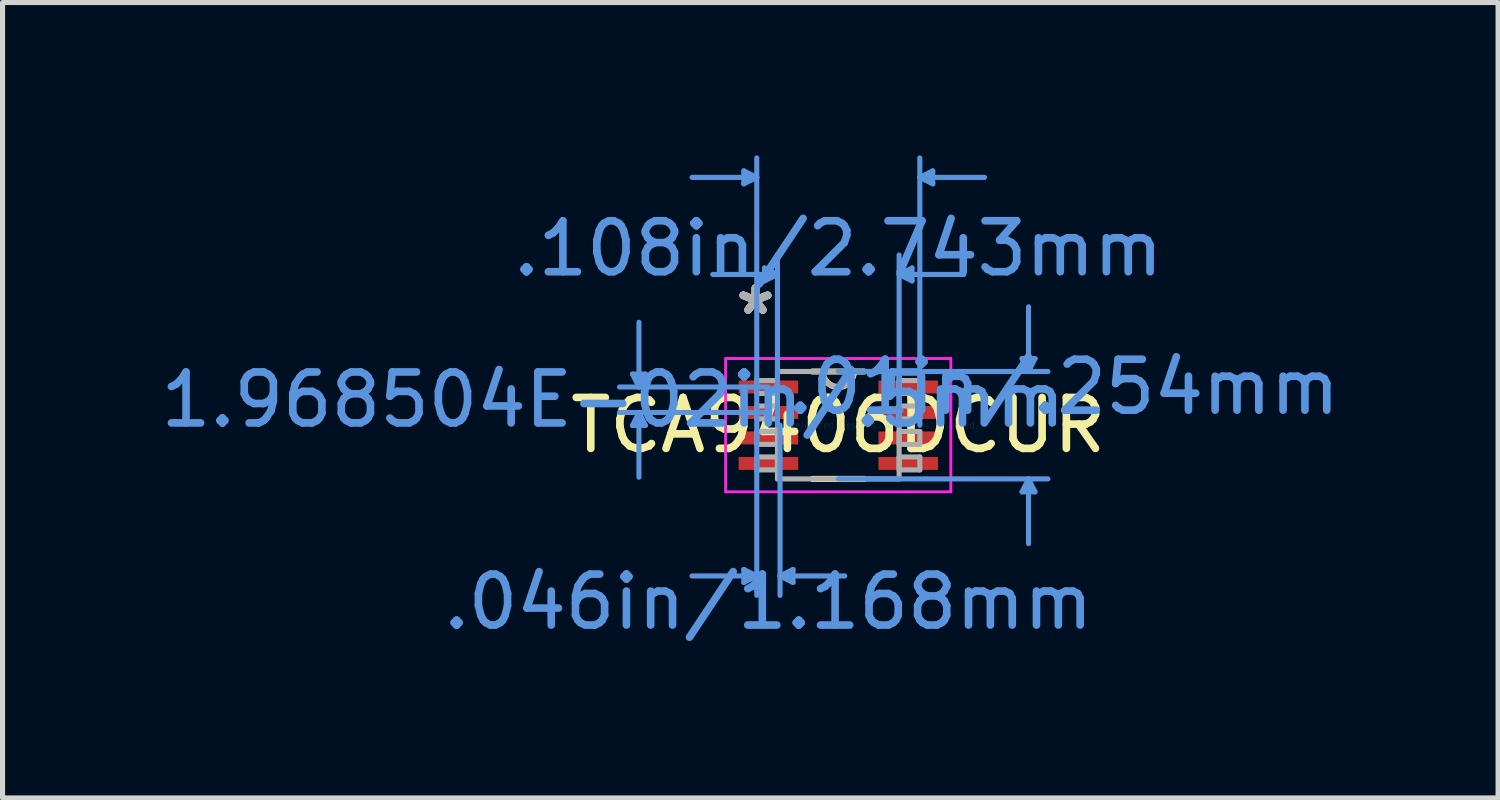
<source format=kicad_pcb>
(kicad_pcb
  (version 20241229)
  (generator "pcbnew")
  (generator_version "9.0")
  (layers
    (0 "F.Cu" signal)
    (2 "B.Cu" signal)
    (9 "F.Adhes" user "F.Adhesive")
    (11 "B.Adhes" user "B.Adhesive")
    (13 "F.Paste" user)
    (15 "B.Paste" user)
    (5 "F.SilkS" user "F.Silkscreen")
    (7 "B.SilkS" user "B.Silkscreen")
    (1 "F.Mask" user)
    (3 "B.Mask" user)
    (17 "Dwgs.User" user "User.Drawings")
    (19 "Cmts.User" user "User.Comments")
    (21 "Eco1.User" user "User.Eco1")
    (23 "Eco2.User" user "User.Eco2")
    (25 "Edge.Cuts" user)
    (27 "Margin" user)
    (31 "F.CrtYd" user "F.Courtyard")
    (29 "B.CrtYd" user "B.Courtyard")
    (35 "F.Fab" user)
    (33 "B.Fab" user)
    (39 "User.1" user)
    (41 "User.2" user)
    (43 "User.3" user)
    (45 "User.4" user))
  (footprint "TCA9406DCUR"
    (layer "F.Cu")
    (at 13.402 5.295)
    (property "Reference" "TCA9406DCUR" (at 0 0 0) (layer "F.SilkS") (effects (font (size 1 1) (thickness 0.15))))
    (attr through_hole)
    (fp_line (start -0.506 1.054) (end 0.506 1.054) (stroke (width 0.12) (type solid)) (layer "F.SilkS"))
    (fp_line (start 0.506 -1.054) (end -0.506 -1.054) (stroke (width 0.12) (type solid)) (layer "F.SilkS"))
    (fp_arc (start 0.3048 -1.0541) (mid 0 -0.7493) (end -0.3048 -1.0541) (stroke (width 0.12) (type solid)) (layer "F.SilkS"))
    (fp_line (start -4.039 -1.004) (end -3.785 -1.004) (stroke (width 0.1) (type solid)) (layer "Cmts.User"))
    (fp_line (start -4.039 0.004) (end -3.785 0.004) (stroke (width 0.1) (type solid)) (layer "Cmts.User"))
    (fp_line (start -3.912 -0.75) (end -4.039 -1.004) (stroke (width 0.1) (type solid)) (layer "Cmts.User"))
    (fp_line (start -3.912 -0.75) (end -3.912 -2.02) (stroke (width 0.1) (type solid)) (layer "Cmts.User"))
    (fp_line (start -3.912 -0.75) (end -3.785 -1.004) (stroke (width 0.1) (type solid)) (layer "Cmts.User"))
    (fp_line (start -3.912 -0.25) (end -4.039 0.004) (stroke (width 0.1) (type solid)) (layer "Cmts.User"))
    (fp_line (start -3.912 -0.25) (end -3.912 1.02) (stroke (width 0.1) (type solid)) (layer "Cmts.User"))
    (fp_line (start -3.912 -0.25) (end -3.785 0.004) (stroke (width 0.1) (type solid)) (layer "Cmts.User"))
    (fp_line (start -1.854 -4.991) (end -1.854 -4.737) (stroke (width 0.1) (type solid)) (layer "Cmts.User"))
    (fp_line (start -1.854 2.832) (end -1.854 3.086) (stroke (width 0.1) (type solid)) (layer "Cmts.User"))
    (fp_line (start -1.6 -4.864) (end -2.87 -4.864) (stroke (width 0.1) (type solid)) (layer "Cmts.User"))
    (fp_line (start -1.6 -4.864) (end -1.854 -4.991) (stroke (width 0.1) (type solid)) (layer "Cmts.User"))
    (fp_line (start -1.6 -4.864) (end -1.854 -4.737) (stroke (width 0.1) (type solid)) (layer "Cmts.User"))
    (fp_line (start -1.6 0) (end -1.6 -5.245) (stroke (width 0.1) (type solid)) (layer "Cmts.User"))
    (fp_line (start -1.6 0) (end -1.6 3.34) (stroke (width 0.1) (type solid)) (layer "Cmts.User"))
    (fp_line (start -1.6 2.959) (end -2.87 2.959) (stroke (width 0.1) (type solid)) (layer "Cmts.User"))
    (fp_line (start -1.6 2.959) (end -1.854 2.832) (stroke (width 0.1) (type solid)) (layer "Cmts.User"))
    (fp_line (start -1.6 2.959) (end -1.854 3.086) (stroke (width 0.1) (type solid)) (layer "Cmts.User"))
    (fp_line (start -1.448 -3.086) (end -1.448 -2.832) (stroke (width 0.1) (type solid)) (layer "Cmts.User"))
    (fp_line (start -1.372 -0.75) (end -4.293 -0.75) (stroke (width 0.1) (type solid)) (layer "Cmts.User"))
    (fp_line (start -1.372 -0.25) (end -4.293 -0.25) (stroke (width 0.1) (type solid)) (layer "Cmts.User"))
    (fp_line (start -1.194 -2.959) (end -2.464 -2.959) (stroke (width 0.1) (type solid)) (layer "Cmts.User"))
    (fp_line (start -1.194 -2.959) (end -1.448 -3.086) (stroke (width 0.1) (type solid)) (layer "Cmts.User"))
    (fp_line (start -1.194 -2.959) (end -1.448 -2.832) (stroke (width 0.1) (type solid)) (layer "Cmts.User"))
    (fp_line (start -1.194 0) (end -1.194 -3.34) (stroke (width 0.1) (type solid)) (layer "Cmts.User"))
    (fp_line (start -1.143 0) (end -1.143 3.34) (stroke (width 0.1) (type solid)) (layer "Cmts.User"))
    (fp_line (start -1.143 2.959) (end -0.889 2.832) (stroke (width 0.1) (type solid)) (layer "Cmts.User"))
    (fp_line (start -1.143 2.959) (end -0.889 3.086) (stroke (width 0.1) (type solid)) (layer "Cmts.User"))
    (fp_line (start -1.143 2.959) (end 0.127 2.959) (stroke (width 0.1) (type solid)) (layer "Cmts.User"))
    (fp_line (start -0.889 2.832) (end -0.889 3.086) (stroke (width 0.1) (type solid)) (layer "Cmts.User"))
    (fp_line (start 0 -1.054) (end 4.115 -1.054) (stroke (width 0.1) (type solid)) (layer "Cmts.User"))
    (fp_line (start 0 1.054) (end 4.115 1.054) (stroke (width 0.1) (type solid)) (layer "Cmts.User"))
    (fp_line (start 1.194 -2.959) (end 1.448 -3.086) (stroke (width 0.1) (type solid)) (layer "Cmts.User"))
    (fp_line (start 1.194 -2.959) (end 1.448 -2.832) (stroke (width 0.1) (type solid)) (layer "Cmts.User"))
    (fp_line (start 1.194 -2.959) (end 2.464 -2.959) (stroke (width 0.1) (type solid)) (layer "Cmts.User"))
    (fp_line (start 1.194 0) (end 1.194 -3.34) (stroke (width 0.1) (type solid)) (layer "Cmts.User"))
    (fp_line (start 1.448 -3.086) (end 1.448 -2.832) (stroke (width 0.1) (type solid)) (layer "Cmts.User"))
    (fp_line (start 1.6 -4.864) (end 1.854 -4.991) (stroke (width 0.1) (type solid)) (layer "Cmts.User"))
    (fp_line (start 1.6 -4.864) (end 1.854 -4.737) (stroke (width 0.1) (type solid)) (layer "Cmts.User"))
    (fp_line (start 1.6 -4.864) (end 2.87 -4.864) (stroke (width 0.1) (type solid)) (layer "Cmts.User"))
    (fp_line (start 1.6 0) (end 1.6 -5.245) (stroke (width 0.1) (type solid)) (layer "Cmts.User"))
    (fp_line (start 1.854 -4.991) (end 1.854 -4.737) (stroke (width 0.1) (type solid)) (layer "Cmts.User"))
    (fp_line (start 3.607 -1.308) (end 3.861 -1.308) (stroke (width 0.1) (type solid)) (layer "Cmts.User"))
    (fp_line (start 3.607 1.308) (end 3.861 1.308) (stroke (width 0.1) (type solid)) (layer "Cmts.User"))
    (fp_line (start 3.734 -1.054) (end 3.607 -1.308) (stroke (width 0.1) (type solid)) (layer "Cmts.User"))
    (fp_line (start 3.734 -1.054) (end 3.734 -2.324) (stroke (width 0.1) (type solid)) (layer "Cmts.User"))
    (fp_line (start 3.734 -1.054) (end 3.861 -1.308) (stroke (width 0.1) (type solid)) (layer "Cmts.User"))
    (fp_line (start 3.734 1.054) (end 3.607 1.308) (stroke (width 0.1) (type solid)) (layer "Cmts.User"))
    (fp_line (start 3.734 1.054) (end 3.734 2.324) (stroke (width 0.1) (type solid)) (layer "Cmts.User"))
    (fp_line (start 3.734 1.054) (end 3.861 1.308) (stroke (width 0.1) (type solid)) (layer "Cmts.User"))
    (fp_line (start -2.21 -1.308) (end 2.21 -1.308) (stroke (width 0.05) (type solid)) (layer "F.CrtYd"))
    (fp_line (start -2.21 -1.308) (end 2.21 -1.308) (stroke (width 0.05) (type solid)) (layer "F.CrtYd"))
    (fp_line (start -2.21 1.308) (end -2.21 -1.308) (stroke (width 0.05) (type solid)) (layer "F.CrtYd"))
    (fp_line (start -2.21 1.308) (end -2.21 -1.308) (stroke (width 0.05) (type solid)) (layer "F.CrtYd"))
    (fp_line (start 2.21 -1.308) (end 2.21 1.308) (stroke (width 0.05) (type solid)) (layer "F.CrtYd"))
    (fp_line (start 2.21 -1.308) (end 2.21 1.308) (stroke (width 0.05) (type solid)) (layer "F.CrtYd"))
    (fp_line (start 2.21 1.308) (end -2.21 1.308) (stroke (width 0.05) (type solid)) (layer "F.CrtYd"))
    (fp_line (start 2.21 1.308) (end -2.21 1.308) (stroke (width 0.05) (type solid)) (layer "F.CrtYd"))
    (fp_line (start -1.6 -0.877) (end -1.6 -0.623) (stroke (width 0.1) (type solid)) (layer "F.Fab"))
    (fp_line (start -1.6 -0.623) (end -1.194 -0.623) (stroke (width 0.1) (type solid)) (layer "F.Fab"))
    (fp_line (start -1.6 -0.377) (end -1.6 -0.123) (stroke (width 0.1) (type solid)) (layer "F.Fab"))
    (fp_line (start -1.6 -0.123) (end -1.194 -0.123) (stroke (width 0.1) (type solid)) (layer "F.Fab"))
    (fp_line (start -1.6 0.123) (end -1.6 0.377) (stroke (width 0.1) (type solid)) (layer "F.Fab"))
    (fp_line (start -1.6 0.377) (end -1.194 0.377) (stroke (width 0.1) (type solid)) (layer "F.Fab"))
    (fp_line (start -1.6 0.623) (end -1.6 0.877) (stroke (width 0.1) (type solid)) (layer "F.Fab"))
    (fp_line (start -1.6 0.877) (end -1.194 0.877) (stroke (width 0.1) (type solid)) (layer "F.Fab"))
    (fp_line (start -1.194 -1.054) (end -1.194 1.054) (stroke (width 0.1) (type solid)) (layer "F.Fab"))
    (fp_line (start -1.194 -0.877) (end -1.6 -0.877) (stroke (width 0.1) (type solid)) (layer "F.Fab"))
    (fp_line (start -1.194 -0.623) (end -1.194 -0.877) (stroke (width 0.1) (type solid)) (layer "F.Fab"))
    (fp_line (start -1.194 -0.377) (end -1.6 -0.377) (stroke (width 0.1) (type solid)) (layer "F.Fab"))
    (fp_line (start -1.194 -0.123) (end -1.194 -0.377) (stroke (width 0.1) (type solid)) (layer "F.Fab"))
    (fp_line (start -1.194 0.123) (end -1.6 0.123) (stroke (width 0.1) (type solid)) (layer "F.Fab"))
    (fp_line (start -1.194 0.377) (end -1.194 0.123) (stroke (width 0.1) (type solid)) (layer "F.Fab"))
    (fp_line (start -1.194 0.623) (end -1.6 0.623) (stroke (width 0.1) (type solid)) (layer "F.Fab"))
    (fp_line (start -1.194 0.877) (end -1.194 0.623) (stroke (width 0.1) (type solid)) (layer "F.Fab"))
    (fp_line (start -1.194 1.054) (end 1.194 1.054) (stroke (width 0.1) (type solid)) (layer "F.Fab"))
    (fp_line (start 1.194 -1.054) (end -1.194 -1.054) (stroke (width 0.1) (type solid)) (layer "F.Fab"))
    (fp_line (start 1.194 -0.877) (end 1.194 -0.623) (stroke (width 0.1) (type solid)) (layer "F.Fab"))
    (fp_line (start 1.194 -0.623) (end 1.6 -0.623) (stroke (width 0.1) (type solid)) (layer "F.Fab"))
    (fp_line (start 1.194 -0.377) (end 1.194 -0.123) (stroke (width 0.1) (type solid)) (layer "F.Fab"))
    (fp_line (start 1.194 -0.123) (end 1.6 -0.123) (stroke (width 0.1) (type solid)) (layer "F.Fab"))
    (fp_line (start 1.194 0.123) (end 1.194 0.377) (stroke (width 0.1) (type solid)) (layer "F.Fab"))
    (fp_line (start 1.194 0.377) (end 1.6 0.377) (stroke (width 0.1) (type solid)) (layer "F.Fab"))
    (fp_line (start 1.194 0.623) (end 1.194 0.877) (stroke (width 0.1) (type solid)) (layer "F.Fab"))
    (fp_line (start 1.194 0.877) (end 1.6 0.877) (stroke (width 0.1) (type solid)) (layer "F.Fab"))
    (fp_line (start 1.194 1.054) (end 1.194 -1.054) (stroke (width 0.1) (type solid)) (layer "F.Fab"))
    (fp_line (start 1.6 -0.877) (end 1.194 -0.877) (stroke (width 0.1) (type solid)) (layer "F.Fab"))
    (fp_line (start 1.6 -0.623) (end 1.6 -0.877) (stroke (width 0.1) (type solid)) (layer "F.Fab"))
    (fp_line (start 1.6 -0.377) (end 1.194 -0.377) (stroke (width 0.1) (type solid)) (layer "F.Fab"))
    (fp_line (start 1.6 -0.123) (end 1.6 -0.377) (stroke (width 0.1) (type solid)) (layer "F.Fab"))
    (fp_line (start 1.6 0.123) (end 1.194 0.123) (stroke (width 0.1) (type solid)) (layer "F.Fab"))
    (fp_line (start 1.6 0.377) (end 1.6 0.123) (stroke (width 0.1) (type solid)) (layer "F.Fab"))
    (fp_line (start 1.6 0.623) (end 1.194 0.623) (stroke (width 0.1) (type solid)) (layer "F.Fab"))
    (fp_line (start 1.6 0.877) (end 1.6 0.623) (stroke (width 0.1) (type solid)) (layer "F.Fab"))
    (fp_arc (start 0.3048 -1.0541) (mid 0 -0.7493) (end -0.3048 -1.0541) (stroke (width 0.1) (type solid)) (layer "F.Fab"))
    (fp_text user "*" (at -1.626 -2.147 0) (layer "F.SilkS") (effects (font (size 1 1) (thickness 0.15))))
    (fp_text user "*" (at -1.626 -2.147 0) (layer "F.SilkS") (effects (font (size 1 1) (thickness 0.15))))
    (fp_text user "Copyright 2021 Accelerated Designs. All rights reserved." (at 0 0 0) (layer "Cmts.User") (effects (font (size 0.127 0.127) (thickness 0.002))))
    (fp_text user "1.968504E-02in/.5mm" (at -4.42 -0.5 0) (layer "Cmts.User") (effects (font (size 1 1) (thickness 0.15))))
    (fp_text user ".108in/2.743mm" (at 0 -3.467 0) (layer "Cmts.User") (effects (font (size 1 1) (thickness 0.15))))
    (fp_text user ".01in/.254mm" (at 4.42 -0.75 0) (layer "Cmts.User") (effects (font (size 1 1) (thickness 0.15))))
    (fp_text user ".046in/1.168mm" (at -1.372 3.467 0) (layer "Cmts.User") (effects (font (size 1 1) (thickness 0.15))))
    (fp_text user "*" (at -1.626 -2.147 0) (layer "F.Fab") (effects (font (size 1 1) (thickness 0.15))))
    (fp_text user "*" (at -1.626 -2.147 0) (layer "F.Fab") (effects (font (size 1 1) (thickness 0.15))))
    (pad "1" smd rect (at -1.372 -0.75) (size 1.168 0.254) (layers "F.Cu" "F.Mask" "F.Paste"))
    (pad "2" smd rect (at -1.372 -0.25) (size 1.168 0.254) (layers "F.Cu" "F.Mask" "F.Paste"))
    (pad "3" smd rect (at -1.372 0.25) (size 1.168 0.254) (layers "F.Cu" "F.Mask" "F.Paste"))
    (pad "4" smd rect (at -1.372 0.75) (size 1.168 0.254) (layers "F.Cu" "F.Mask" "F.Paste"))
    (pad "5" smd rect (at 1.372 0.75) (size 1.168 0.254) (layers "F.Cu" "F.Mask" "F.Paste"))
    (pad "6" smd rect (at 1.372 0.25) (size 1.168 0.254) (layers "F.Cu" "F.Mask" "F.Paste"))
    (pad "7" smd rect (at 1.372 -0.25) (size 1.168 0.254) (layers "F.Cu" "F.Mask" "F.Paste"))
    (pad "8" smd rect (at 1.372 -0.75) (size 1.168 0.254) (layers "F.Cu" "F.Mask" "F.Paste")))
  (gr_rect
    (start -3 -3)
    (end 26.351 12.61)
    (stroke (width 0.1) (type default))
    (fill no)
    (layer "Edge.Cuts")))
</source>
